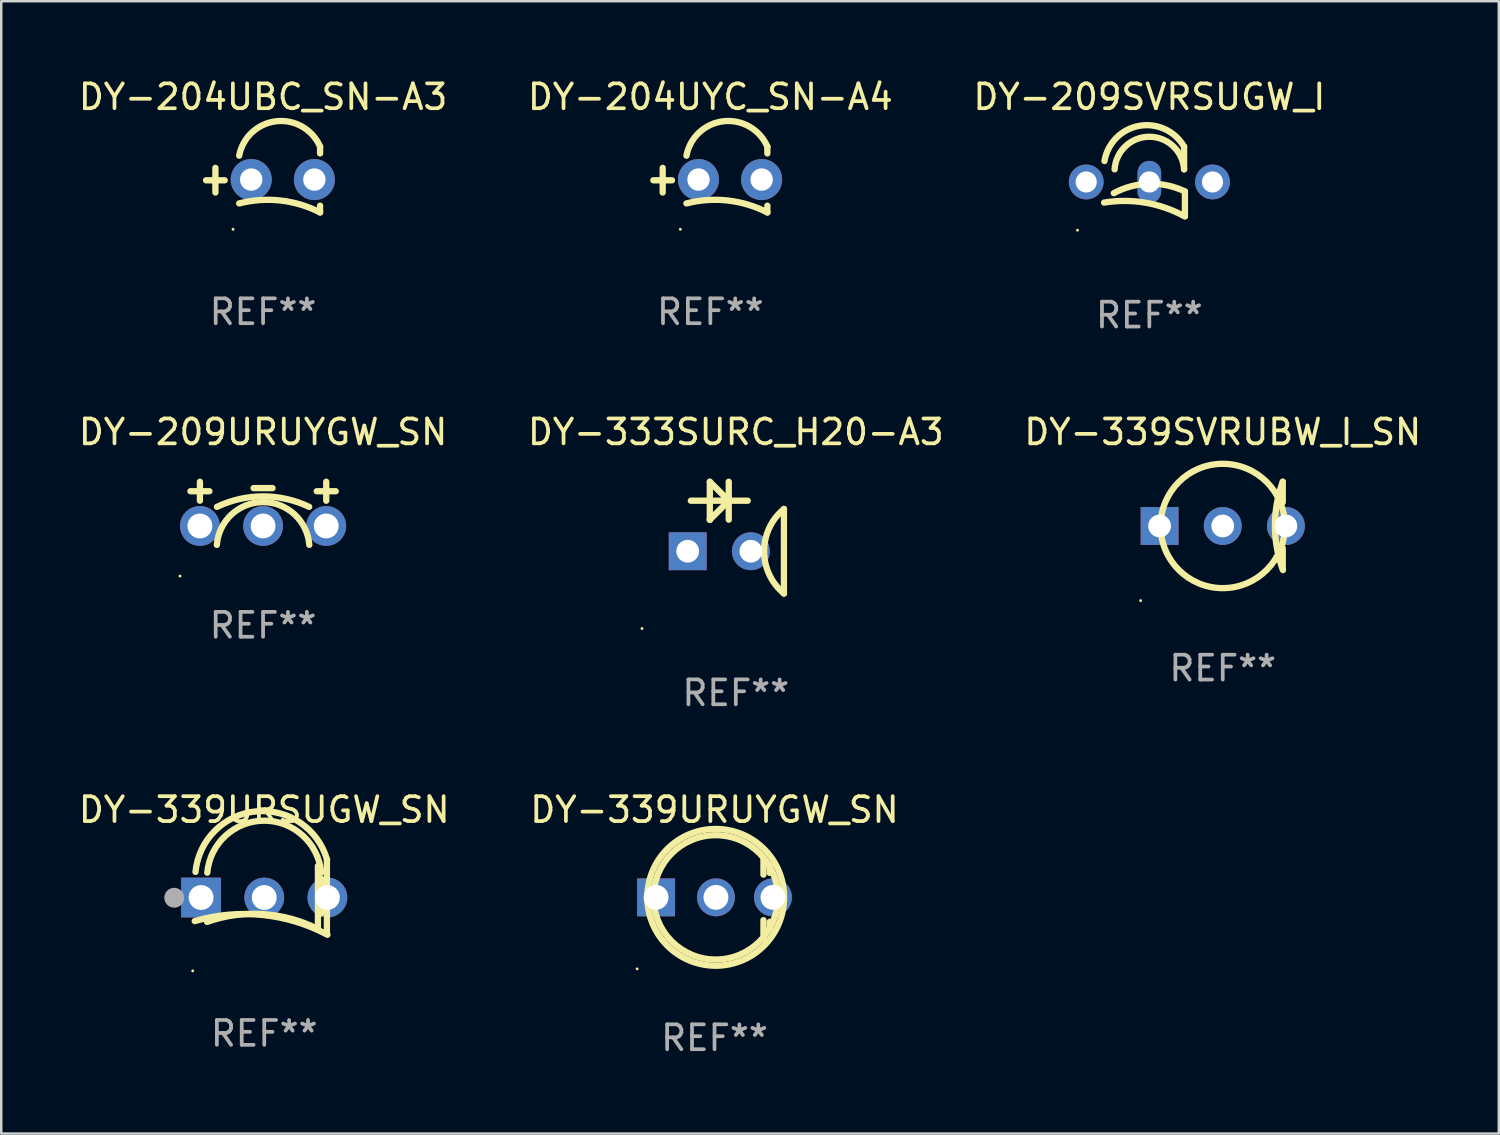
<source format=kicad_pcb>
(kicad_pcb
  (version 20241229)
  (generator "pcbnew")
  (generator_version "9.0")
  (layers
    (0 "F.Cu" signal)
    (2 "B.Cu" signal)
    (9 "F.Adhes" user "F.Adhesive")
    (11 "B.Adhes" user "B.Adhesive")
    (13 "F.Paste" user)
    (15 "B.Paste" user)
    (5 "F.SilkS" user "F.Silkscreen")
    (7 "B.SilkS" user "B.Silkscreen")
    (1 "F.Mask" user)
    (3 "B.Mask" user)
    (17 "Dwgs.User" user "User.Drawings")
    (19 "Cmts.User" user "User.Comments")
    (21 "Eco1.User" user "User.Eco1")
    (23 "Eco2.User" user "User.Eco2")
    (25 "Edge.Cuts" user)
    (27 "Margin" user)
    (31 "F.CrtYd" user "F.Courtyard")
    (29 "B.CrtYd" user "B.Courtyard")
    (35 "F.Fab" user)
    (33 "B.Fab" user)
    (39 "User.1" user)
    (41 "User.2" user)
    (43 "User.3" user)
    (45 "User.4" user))
  (footprint "DY-209URUYGW_SN"
    (layer "F.Cu")
    (at 7.53 17.214)
    (property "Reference" "DY-209URUYGW_SN" (at 0 -2.889 0) (layer "F.SilkS") (effects (font (size 1 1) (thickness 0.15))))
    (attr through_hole)
    (fp_line (start -2.921 -0.508) (end -2.159 -0.508) (stroke (width 0.254) (type solid)) (layer "F.SilkS"))
    (fp_line (start -2.54 -0.127) (end -2.54 -0.889) (stroke (width 0.254) (type solid)) (layer "F.SilkS"))
    (fp_line (start -0.381 -0.635) (end 0.381 -0.635) (stroke (width 0.254) (type solid)) (layer "F.SilkS"))
    (fp_line (start 2.159 -0.508) (end 2.921 -0.508) (stroke (width 0.254) (type solid)) (layer "F.SilkS"))
    (fp_line (start 2.54 -0.127) (end 2.54 -0.889) (stroke (width 0.254) (type solid)) (layer "F.SilkS"))
    (fp_arc (start -1.85936 1.648717) (mid 0 -0.070343) (end 1.85936 1.648717) (stroke (width 0.254001) (type solid)) (layer "F.SilkS"))
    (fp_arc (start -1.853747 0.120218) (mid 0 -0.301088) (end 1.853747 0.120218) (stroke (width 0.254001) (type solid)) (layer "F.SilkS"))
    (fp_circle (center -3.34 2.903) (end -3.31 2.903) (stroke (width 0.06) (type solid)) (fill no) (layer "F.SilkS"))
    (fp_text user "REF**" (at 0 4.889 0) (layer "F.Fab") (effects (font (size 1 1) (thickness 0.15))))
    (pad "1" thru_hole circle (at -2.54 0.889) (size 1.6 1.6) (drill 1) (layers "*.Cu" "*.Mask"))
    (pad "2" thru_hole circle (at 0 0.889) (size 1.6 1.6) (drill 1) (layers "*.Cu" "*.Mask"))
    (pad "3" thru_hole circle (at 2.54 0.889) (size 1.6 1.6) (drill 1) (layers "*.Cu" "*.Mask")))
  (footprint "DY-339URUYGW_SN"
    (layer "F.Cu")
    (at 25.685 33.103)
    (property "Reference" "DY-339URUYGW_SN" (at 0 -3.588 0) (layer "F.SilkS") (effects (font (size 1 1) (thickness 0.15))))
    (attr through_hole)
    (fp_line (start 1.969 -1.588) (end 1.969 -0.98) (stroke (width 0.254) (type solid)) (layer "F.SilkS"))
    (fp_line (start 1.969 0.853) (end 1.969 1.588) (stroke (width 0.254) (type solid)) (layer "F.SilkS"))
    (fp_line (start 2.223 -1.334) (end 2.223 -1.048) (stroke (width 0.254) (type solid)) (layer "F.SilkS"))
    (fp_line (start 2.223 0.921) (end 2.223 1.207) (stroke (width 0.254) (type solid)) (layer "F.SilkS"))
    (fp_circle (center -3.112 2.812) (end -3.082 2.812) (stroke (width 0.06) (type solid)) (fill no) (layer "F.SilkS"))
    (fp_circle (center 0.048 -0.065) (end 2.798 -0.065) (stroke (width 0.254) (type solid)) (fill no) (layer "F.SilkS"))
    (fp_circle (center 0.048 -0.064) (end 2.548 -0.064) (stroke (width 0.254) (type solid)) (fill no) (layer "F.SilkS"))
    (fp_text user "REF**" (at 0 5.588 0) (layer "F.Fab") (effects (font (size 1 1) (thickness 0.15))))
    (pad "1" thru_hole rect (at -2.35 -0.064) (size 1.524 1.524) (drill 1) (layers "*.Cu" "*.Mask"))
    (pad "2" thru_hole circle (at 0.058 -0.064) (size 1.524 1.524) (drill 1) (layers "*.Cu" "*.Mask"))
    (pad "3" thru_hole circle (at 2.35 -0.064) (size 1.524 1.524) (drill 1) (layers "*.Cu" "*.Mask")))
  (footprint "DY-209SVRSUGW_I"
    (layer "F.Cu")
    (at 43.173 4.238)
    (property "Reference" "DY-209SVRSUGW_I" (at 0 -3.39 0) (layer "F.SilkS") (effects (font (size 1 1) (thickness 0.15))))
    (attr through_hole)
    (fp_line (start 1.397 -0.478) (end 1.397 -1.39) (stroke (width 0.254) (type solid)) (layer "F.SilkS"))
    (fp_line (start 1.43 0.41) (end 1.43 1.39) (stroke (width 0.254) (type solid)) (layer "F.SilkS"))
    (fp_arc (start -1.81999 0.859995) (mid -0.147702 0.865515) (end 1.429997 1.41999) (stroke (width 0.254001) (type solid)) (layer "F.SilkS"))
    (fp_arc (start -1.804597 -0.813437) (mid -0.406468 -2.227145) (end 1.397003 -1.389992) (stroke (width 0.254001) (type solid)) (layer "F.SilkS"))
    (fp_arc (start -1.429997 0.48001) (mid -0.008386 0.102367) (end 1.429998 0.410007) (stroke (width 0.254001) (type solid)) (layer "F.SilkS"))
    (fp_arc (start -1.397003 -0.478003) (mid 0 -1.788385) (end 1.397003 -0.478004) (stroke (width 0.254001) (type solid)) (layer "F.SilkS"))
    (fp_circle (center -2.89 1.971) (end -2.86 1.971) (stroke (width 0.06) (type solid)) (fill no) (layer "F.SilkS"))
    (fp_text user "REF**" (at 0 5.39 0) (layer "F.Fab") (effects (font (size 1 1) (thickness 0.15))))
    (pad "1" thru_hole circle (at -2.54 0.03) (size 1.4 1.4) (drill 0.85) (layers "*.Cu" "*.Mask"))
    (pad "2" thru_hole oval (at 0 0.03) (size 0.95 1.7) (drill oval 0.85 0.85) (layers "*.Cu" "*.Mask"))
    (pad "3" thru_hole circle (at 2.54 0.03) (size 1.4 1.4) (drill 0.85) (layers "*.Cu" "*.Mask")))
  (footprint "DY-333SURC_H20-A3"
    (layer "F.Cu")
    (at 26.542 18.572)
    (property "Reference" "DY-333SURC_H20-A3" (at 0 -4.247 0) (layer "F.SilkS") (effects (font (size 1 1) (thickness 0.15))))
    (attr through_hole)
    (fp_line (start -1.808 -1.485) (end 0.478 -1.485) (stroke (width 0.254) (type solid)) (layer "F.SilkS"))
    (fp_line (start -1.046 -2.247) (end -1.046 -0.723) (stroke (width 0.254) (type solid)) (layer "F.SilkS"))
    (fp_line (start -1.046 -0.723) (end -1.044 -0.723) (stroke (width 0.254) (type solid)) (layer "F.SilkS"))
    (fp_line (start -1.044 -0.723) (end -0.282 -1.485) (stroke (width 0.254) (type solid)) (layer "F.SilkS"))
    (fp_line (start -0.284 -2.247) (end -0.284 -0.723) (stroke (width 0.254) (type solid)) (layer "F.SilkS"))
    (fp_line (start -0.284 -1.485) (end -1.046 -2.247) (stroke (width 0.254) (type solid)) (layer "F.SilkS"))
    (fp_line (start -0.278 -1.485) (end -0.284 -1.485) (stroke (width 0.254) (type solid)) (layer "F.SilkS"))
    (fp_line (start 1.935 -1.153) (end 1.935 2.247) (stroke (width 0.254) (type solid)) (layer "F.SilkS"))
    (fp_arc (start 1.935979 2.246266) (mid 1.1372 0.547002) (end 1.93598 -1.152261) (stroke (width 0.254001) (type solid)) (layer "F.SilkS"))
    (fp_circle (center -3.773 3.655) (end -3.743 3.655) (stroke (width 0.06) (type solid)) (fill no) (layer "F.SilkS"))
    (fp_text user "REF**" (at 0 6.247 0) (layer "F.Fab") (effects (font (size 1 1) (thickness 0.15))))
    (pad "1" thru_hole rect (at -1.935 0.547) (size 1.524 1.524) (drill 0.914) (layers "*.Cu" "*.Mask"))
    (pad "2" thru_hole circle (at 0.605 0.547) (size 1.524 1.524) (drill 0.914) (layers "*.Cu" "*.Mask")))
  (footprint "DY-339SVRUBW_I_SN"
    (layer "F.Cu")
    (at 46.125 18.075)
    (property "Reference" "DY-339SVRUBW_I_SN" (at 0 -3.75 0) (layer "F.SilkS") (effects (font (size 1 1) (thickness 0.15))))
    (attr through_hole)
    (fp_line (start 2.413 -1.75) (end 2.413 -0.925) (stroke (width 0.254) (type solid)) (layer "F.SilkS"))
    (fp_line (start 2.413 0.917) (end 2.413 1.75) (stroke (width 0.254) (type solid)) (layer "F.SilkS"))
    (fp_arc (start 2.420371 1.799708) (mid 2.098376 0.025629) (end 2.413005 -1.749771) (stroke (width 0.254001) (type solid)) (layer "F.SilkS"))
    (fp_circle (center -3.302 3.03) (end -3.272 3.03) (stroke (width 0.06) (type solid)) (fill no) (layer "F.SilkS"))
    (fp_circle (center 0 0.028) (end 2.5 0.028) (stroke (width 0.254) (type solid)) (fill no) (layer "F.SilkS"))
    (fp_text user "REF**" (at 0 5.75 0) (layer "F.Fab") (effects (font (size 1 1) (thickness 0.15))))
    (pad "1" thru_hole rect (at -2.54 0.028) (size 1.524 1.524) (drill 0.914) (layers "*.Cu" "*.Mask"))
    (pad "2" thru_hole circle (at 2.54 0.028) (size 1.524 1.524) (drill 0.914) (layers "*.Cu" "*.Mask"))
    (pad "3" thru_hole circle (at 0 0.028) (size 1.524 1.524) (drill 0.914) (layers "*.Cu" "*.Mask")))
  (footprint "DY-339URSUGW_SN"
    (layer "F.Cu")
    (at 7.577 33.015)
    (property "Reference" "DY-339URSUGW_SN" (at 0 -3.5 0) (layer "F.SilkS") (effects (font (size 1 1) (thickness 0.15))))
    (attr through_hole)
    (fp_line (start 2.159 -1.24) (end 2.159 1.3) (stroke (width 0.254) (type solid)) (layer "F.SilkS"))
    (fp_line (start 2.286 -0.732) (end 2.286 0.665) (stroke (width 0.254) (type solid)) (layer "F.SilkS"))
    (fp_line (start 2.52 -1.5) (end 2.52 1.5) (stroke (width 0.254) (type solid)) (layer "F.SilkS"))
    (fp_arc (start -2.79431 0.976848) (mid -0.072475 0.731584) (end 2.541758 1.52803) (stroke (width 0.254001) (type solid)) (layer "F.SilkS"))
    (fp_arc (start -2.764008 -0.999758) (mid -0.323263 -3.434716) (end 2.525806 -1.493307) (stroke (width 0.254001) (type solid)) (layer "F.SilkS"))
    (fp_arc (start -2.300305 1.010706) (mid -0.043043 0.697773) (end 2.155372 1.297879) (stroke (width 0.254001) (type solid)) (layer "F.SilkS"))
    (fp_arc (start -2.291543 -0.968465) (mid -0.000907 -3.060942) (end 2.290958 -0.969812) (stroke (width 0.254001) (type solid)) (layer "F.SilkS"))
    (fp_circle (center -2.877 2.98) (end -2.847 2.98) (stroke (width 0.06) (type solid)) (fill no) (layer "F.SilkS"))
    (fp_circle (center -3.62 0.04) (end -3.42 0.04) (stroke (width 0.4) (type solid)) (fill no) (layer "F.Fab"))
    (fp_text user "REF**" (at 0 5.5 0) (layer "F.Fab") (effects (font (size 1 1) (thickness 0.15))))
    (pad "1" thru_hole rect (at -2.54 0.03) (size 1.6 1.6) (drill 1) (layers "*.Cu" "*.Mask"))
    (pad "2" thru_hole circle (at 0 0.03) (size 1.6 1.6) (drill 1) (layers "*.Cu" "*.Mask"))
    (pad "3" thru_hole circle (at 2.54 0.03) (size 1.6 1.6) (drill 1) (layers "*.Cu" "*.Mask")))
  (footprint "DY-204UBC_SN-A3"
    (layer "F.Cu")
    (at 7.53 4.171)
    (property "Reference" "DY-204UBC_SN-A3" (at 0 -3.323 0) (layer "F.SilkS") (effects (font (size 1 1) (thickness 0.15))))
    (attr through_hole)
    (fp_line (start -1.917 0.52) (end -1.917 -0.47) (stroke (width 0.254) (type solid)) (layer "F.SilkS"))
    (fp_line (start -1.543 0.03) (end -2.293 0.03) (stroke (width 0.254) (type solid)) (layer "F.SilkS"))
    (fp_line (start 2.293 -1.051) (end 2.293 -1.323) (stroke (width 0.254) (type solid)) (layer "F.SilkS"))
    (fp_line (start 2.293 1.323) (end 2.293 1.051) (stroke (width 0.254) (type solid)) (layer "F.SilkS"))
    (fp_arc (start -0.96124 0.960224) (mid 0.699225 0.843072) (end 2.293167 1.322885) (stroke (width 0.254001) (type solid)) (layer "F.SilkS"))
    (fp_arc (start -0.961239 -0.960224) (mid 0.531872 -2.344856) (end 2.293167 -1.322885) (stroke (width 0.254001) (type solid)) (layer "F.SilkS"))
    (fp_circle (center -1.207 2) (end -1.177 2) (stroke (width 0.06) (type solid)) (fill no) (layer "F.SilkS"))
    (fp_text user "REF**" (at 0 5.323 0) (layer "F.Fab") (effects (font (size 1 1) (thickness 0.15))))
    (pad "1" thru_hole circle (at -0.477 0) (size 1.651 1.651) (drill 0.9) (layers "*.Cu" "*.Mask"))
    (pad "2" thru_hole circle (at 2.063 0) (size 1.651 1.651) (drill 0.9) (layers "*.Cu" "*.Mask")))
  (footprint "DY-204UYC_SN-A4"
    (layer "F.Cu")
    (at 25.518 4.171)
    (property "Reference" "DY-204UYC_SN-A4" (at 0 -3.323 0) (layer "F.SilkS") (effects (font (size 1 1) (thickness 0.15))))
    (attr through_hole)
    (fp_line (start -1.917 0.52) (end -1.917 -0.47) (stroke (width 0.254) (type solid)) (layer "F.SilkS"))
    (fp_line (start -1.543 0.03) (end -2.293 0.03) (stroke (width 0.254) (type solid)) (layer "F.SilkS"))
    (fp_line (start 2.293 -1.051) (end 2.293 -1.323) (stroke (width 0.254) (type solid)) (layer "F.SilkS"))
    (fp_line (start 2.293 1.323) (end 2.293 1.051) (stroke (width 0.254) (type solid)) (layer "F.SilkS"))
    (fp_arc (start -0.96124 0.960224) (mid 0.699225 0.843072) (end 2.293167 1.322885) (stroke (width 0.254001) (type solid)) (layer "F.SilkS"))
    (fp_arc (start -0.961239 -0.960224) (mid 0.531872 -2.344856) (end 2.293167 -1.322885) (stroke (width 0.254001) (type solid)) (layer "F.SilkS"))
    (fp_circle (center -1.207 2) (end -1.177 2) (stroke (width 0.06) (type solid)) (fill no) (layer "F.SilkS"))
    (fp_text user "REF**" (at 0 5.323 0) (layer "F.Fab") (effects (font (size 1 1) (thickness 0.15))))
    (pad "1" thru_hole circle (at -0.477 0) (size 1.651 1.651) (drill 0.9) (layers "*.Cu" "*.Mask"))
    (pad "2" thru_hole circle (at 2.063 0) (size 1.651 1.651) (drill 0.9) (layers "*.Cu" "*.Mask")))
  (gr_rect
    (start -3 -3)
    (end 57.226 42.538)
    (stroke (width 0.1) (type default))
    (fill no)
    (layer "Edge.Cuts")))
</source>
